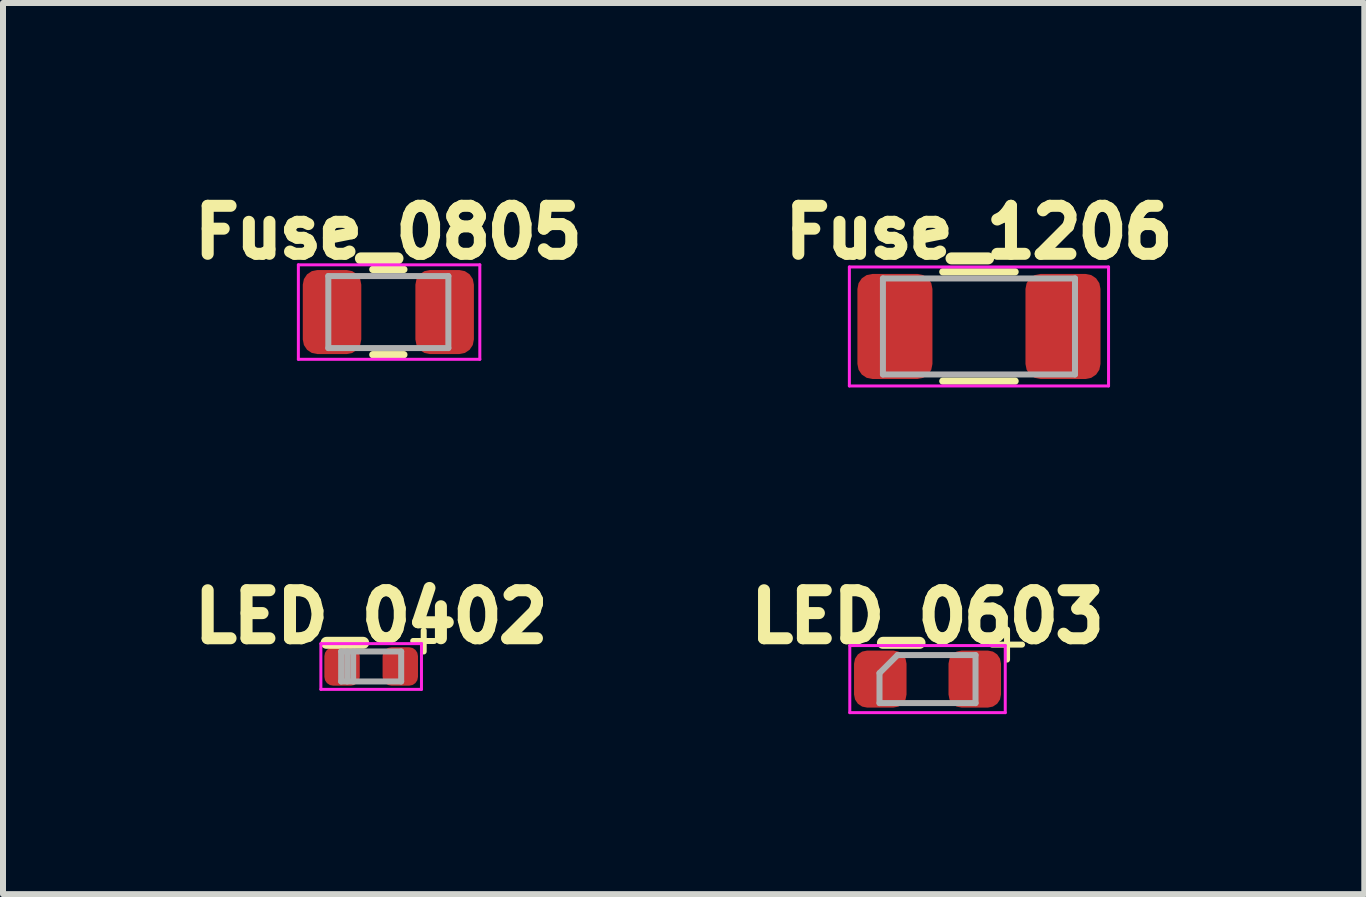
<source format=kicad_pcb>
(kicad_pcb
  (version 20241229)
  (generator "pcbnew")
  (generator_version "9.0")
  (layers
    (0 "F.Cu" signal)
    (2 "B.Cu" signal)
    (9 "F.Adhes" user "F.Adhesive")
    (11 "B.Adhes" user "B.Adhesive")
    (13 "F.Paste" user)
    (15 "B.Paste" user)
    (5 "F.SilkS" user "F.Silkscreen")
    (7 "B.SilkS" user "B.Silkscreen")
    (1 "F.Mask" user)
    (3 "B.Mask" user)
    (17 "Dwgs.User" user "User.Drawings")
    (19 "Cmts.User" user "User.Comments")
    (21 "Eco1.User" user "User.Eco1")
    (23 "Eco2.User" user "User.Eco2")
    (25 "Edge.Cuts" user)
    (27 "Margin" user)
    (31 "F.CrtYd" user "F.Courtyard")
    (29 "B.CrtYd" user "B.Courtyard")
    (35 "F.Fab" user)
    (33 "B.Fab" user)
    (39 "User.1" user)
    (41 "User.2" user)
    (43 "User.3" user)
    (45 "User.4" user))
  (footprint "Fuse_0805"
    (layer "F.Cu")
    (at 3.42 2.149)
    (property "Reference" "Fuse_0805" (at 0 -1.33 0) (layer "F.SilkS") (effects (font (size 0.8 0.8) (thickness 0.2) (bold yes))))
    (attr smd)
    (fp_line (start -0.259 -0.71) (end 0.259 -0.71) (stroke (width 0.12) (type solid)) (layer "F.SilkS"))
    (fp_line (start -0.259 0.71) (end 0.259 0.71) (stroke (width 0.12) (type solid)) (layer "F.SilkS"))
    (fp_line (start -1.499 -0.787) (end 1.524 -0.787) (stroke (width 0.05) (type solid)) (layer "F.CrtYd"))
    (fp_line (start -1.499 0.787) (end -1.499 -0.787) (stroke (width 0.05) (type solid)) (layer "F.CrtYd"))
    (fp_line (start 1.524 -0.787) (end 1.524 0.787) (stroke (width 0.05) (type solid)) (layer "F.CrtYd"))
    (fp_line (start 1.524 0.787) (end -1.499 0.787) (stroke (width 0.05) (type solid)) (layer "F.CrtYd"))
    (fp_line (start -1 -0.6) (end 1 -0.6) (stroke (width 0.1) (type solid)) (layer "F.Fab"))
    (fp_line (start -1 0.6) (end -1 -0.6) (stroke (width 0.1) (type solid)) (layer "F.Fab"))
    (fp_line (start 1 -0.6) (end 1 0.6) (stroke (width 0.1) (type solid)) (layer "F.Fab"))
    (fp_line (start 1 0.6) (end -1 0.6) (stroke (width 0.1) (type solid)) (layer "F.Fab"))
    (pad "1" smd roundrect (at -0.938 0) (size 0.975 1.4) (layers "F.Cu" "F.Mask" "F.Paste") (roundrect_rratio 0.25))
    (pad "2" smd roundrect (at 0.938 0) (size 0.975 1.4) (layers "F.Cu" "F.Mask" "F.Paste") (roundrect_rratio 0.25)))
  (footprint "LED_0402"
    (layer "F.Cu")
    (at 3.134 8.054)
    (property "Reference" "LED_0402" (at 0 -0.83 0) (layer "F.SilkS") (effects (font (size 0.8 0.8) (thickness 0.2) (bold yes))))
    (attr smd)
    (fp_line (start 0.875 -0.6) (end 0.875 -0.25) (stroke (width 0.1) (type solid)) (layer "F.SilkS"))
    (fp_line (start 1.05 -0.425) (end 0.7 -0.425) (stroke (width 0.1) (type solid)) (layer "F.SilkS"))
    (fp_line (start -0.838 -0.381) (end 0.838 -0.381) (stroke (width 0.05) (type solid)) (layer "F.CrtYd"))
    (fp_line (start -0.838 0.381) (end -0.838 -0.381) (stroke (width 0.05) (type solid)) (layer "F.CrtYd"))
    (fp_line (start 0.838 -0.381) (end 0.838 0.381) (stroke (width 0.05) (type solid)) (layer "F.CrtYd"))
    (fp_line (start 0.838 0.381) (end -0.838 0.381) (stroke (width 0.05) (type solid)) (layer "F.CrtYd"))
    (fp_line (start -0.5 -0.25) (end 0.5 -0.25) (stroke (width 0.1) (type solid)) (layer "F.Fab"))
    (fp_line (start -0.5 0.25) (end -0.5 -0.25) (stroke (width 0.1) (type solid)) (layer "F.Fab"))
    (fp_line (start -0.4 0.25) (end -0.4 -0.25) (stroke (width 0.1) (type solid)) (layer "F.Fab"))
    (fp_line (start -0.3 0.25) (end -0.3 -0.25) (stroke (width 0.1) (type solid)) (layer "F.Fab"))
    (fp_line (start 0.5 -0.25) (end 0.5 0.25) (stroke (width 0.1) (type solid)) (layer "F.Fab"))
    (fp_line (start 0.5 0.25) (end -0.5 0.25) (stroke (width 0.1) (type solid)) (layer "F.Fab"))
    (pad "1" smd roundrect (at -0.485 0) (size 0.59 0.64) (layers "F.Cu" "F.Mask" "F.Paste") (roundrect_rratio 0.25))
    (pad "2" smd roundrect (at 0.485 0) (size 0.59 0.64) (layers "F.Cu" "F.Mask" "F.Paste") (roundrect_rratio 0.25)))
  (footprint "Fuse_1206"
    (layer "F.Cu")
    (at 13.26 2.389)
    (property "Reference" "Fuse_1206" (at 0 -1.57 0) (layer "F.SilkS") (effects (font (size 0.8 0.8) (thickness 0.2) (bold yes))))
    (attr smd)
    (fp_line (start -0.602 -0.91) (end 0.602 -0.91) (stroke (width 0.12) (type solid)) (layer "F.SilkS"))
    (fp_line (start -0.602 0.91) (end 0.602 0.91) (stroke (width 0.12) (type solid)) (layer "F.SilkS"))
    (fp_line (start -2.159 -0.991) (end 2.159 -0.991) (stroke (width 0.05) (type solid)) (layer "F.CrtYd"))
    (fp_line (start -2.159 0.991) (end -2.159 -0.991) (stroke (width 0.05) (type solid)) (layer "F.CrtYd"))
    (fp_line (start 2.159 -0.991) (end 2.159 0.991) (stroke (width 0.05) (type solid)) (layer "F.CrtYd"))
    (fp_line (start 2.159 0.991) (end -2.159 0.991) (stroke (width 0.05) (type solid)) (layer "F.CrtYd"))
    (fp_line (start -1.6 -0.8) (end 1.6 -0.8) (stroke (width 0.1) (type solid)) (layer "F.Fab"))
    (fp_line (start -1.6 0.8) (end -1.6 -0.8) (stroke (width 0.1) (type solid)) (layer "F.Fab"))
    (fp_line (start 1.6 -0.8) (end 1.6 0.8) (stroke (width 0.1) (type solid)) (layer "F.Fab"))
    (fp_line (start 1.6 0.8) (end -1.6 0.8) (stroke (width 0.1) (type solid)) (layer "F.Fab"))
    (pad "1" smd roundrect (at -1.4 0) (size 1.25 1.75) (layers "F.Cu" "F.Mask" "F.Paste") (roundrect_rratio 0.2))
    (pad "2" smd roundrect (at 1.4 0) (size 1.25 1.75) (layers "F.Cu" "F.Mask" "F.Paste") (roundrect_rratio 0.2)))
  (footprint "LED_0603"
    (layer "F.Cu")
    (at 12.403 8.264)
    (property "Reference" "LED_0603" (at 0 -1.04 0) (layer "F.SilkS") (effects (font (size 0.8 0.8) (thickness 0.2) (bold yes))))
    (attr smd)
    (fp_line (start 1.325 -0.825) (end 1.325 -0.325) (stroke (width 0.1) (type solid)) (layer "F.SilkS"))
    (fp_line (start 1.575 -0.575) (end 1.075 -0.575) (stroke (width 0.1) (type solid)) (layer "F.SilkS"))
    (fp_line (start -1.295 -0.559) (end 1.295 -0.559) (stroke (width 0.05) (type solid)) (layer "F.CrtYd"))
    (fp_line (start -1.295 0.559) (end -1.295 -0.559) (stroke (width 0.05) (type solid)) (layer "F.CrtYd"))
    (fp_line (start 1.295 -0.559) (end 1.295 0.559) (stroke (width 0.05) (type solid)) (layer "F.CrtYd"))
    (fp_line (start 1.295 0.559) (end -1.295 0.559) (stroke (width 0.05) (type solid)) (layer "F.CrtYd"))
    (fp_line (start -0.8 -0.1) (end -0.8 0.4) (stroke (width 0.1) (type solid)) (layer "F.Fab"))
    (fp_line (start -0.8 0.4) (end 0.8 0.4) (stroke (width 0.1) (type solid)) (layer "F.Fab"))
    (fp_line (start -0.5 -0.4) (end -0.8 -0.1) (stroke (width 0.1) (type solid)) (layer "F.Fab"))
    (fp_line (start 0.8 -0.4) (end -0.5 -0.4) (stroke (width 0.1) (type solid)) (layer "F.Fab"))
    (fp_line (start 0.8 0.4) (end 0.8 -0.4) (stroke (width 0.1) (type solid)) (layer "F.Fab"))
    (pad "1" smd roundrect (at -0.787 0) (size 0.875 0.95) (layers "F.Cu" "F.Mask" "F.Paste") (roundrect_rratio 0.25))
    (pad "2" smd roundrect (at 0.787 0) (size 0.875 0.95) (layers "F.Cu" "F.Mask" "F.Paste") (roundrect_rratio 0.25)))
  (gr_rect
    (start -3 -3)
    (end 19.68 11.847)
    (stroke (width 0.1) (type default))
    (fill no)
    (layer "Edge.Cuts")))
</source>
